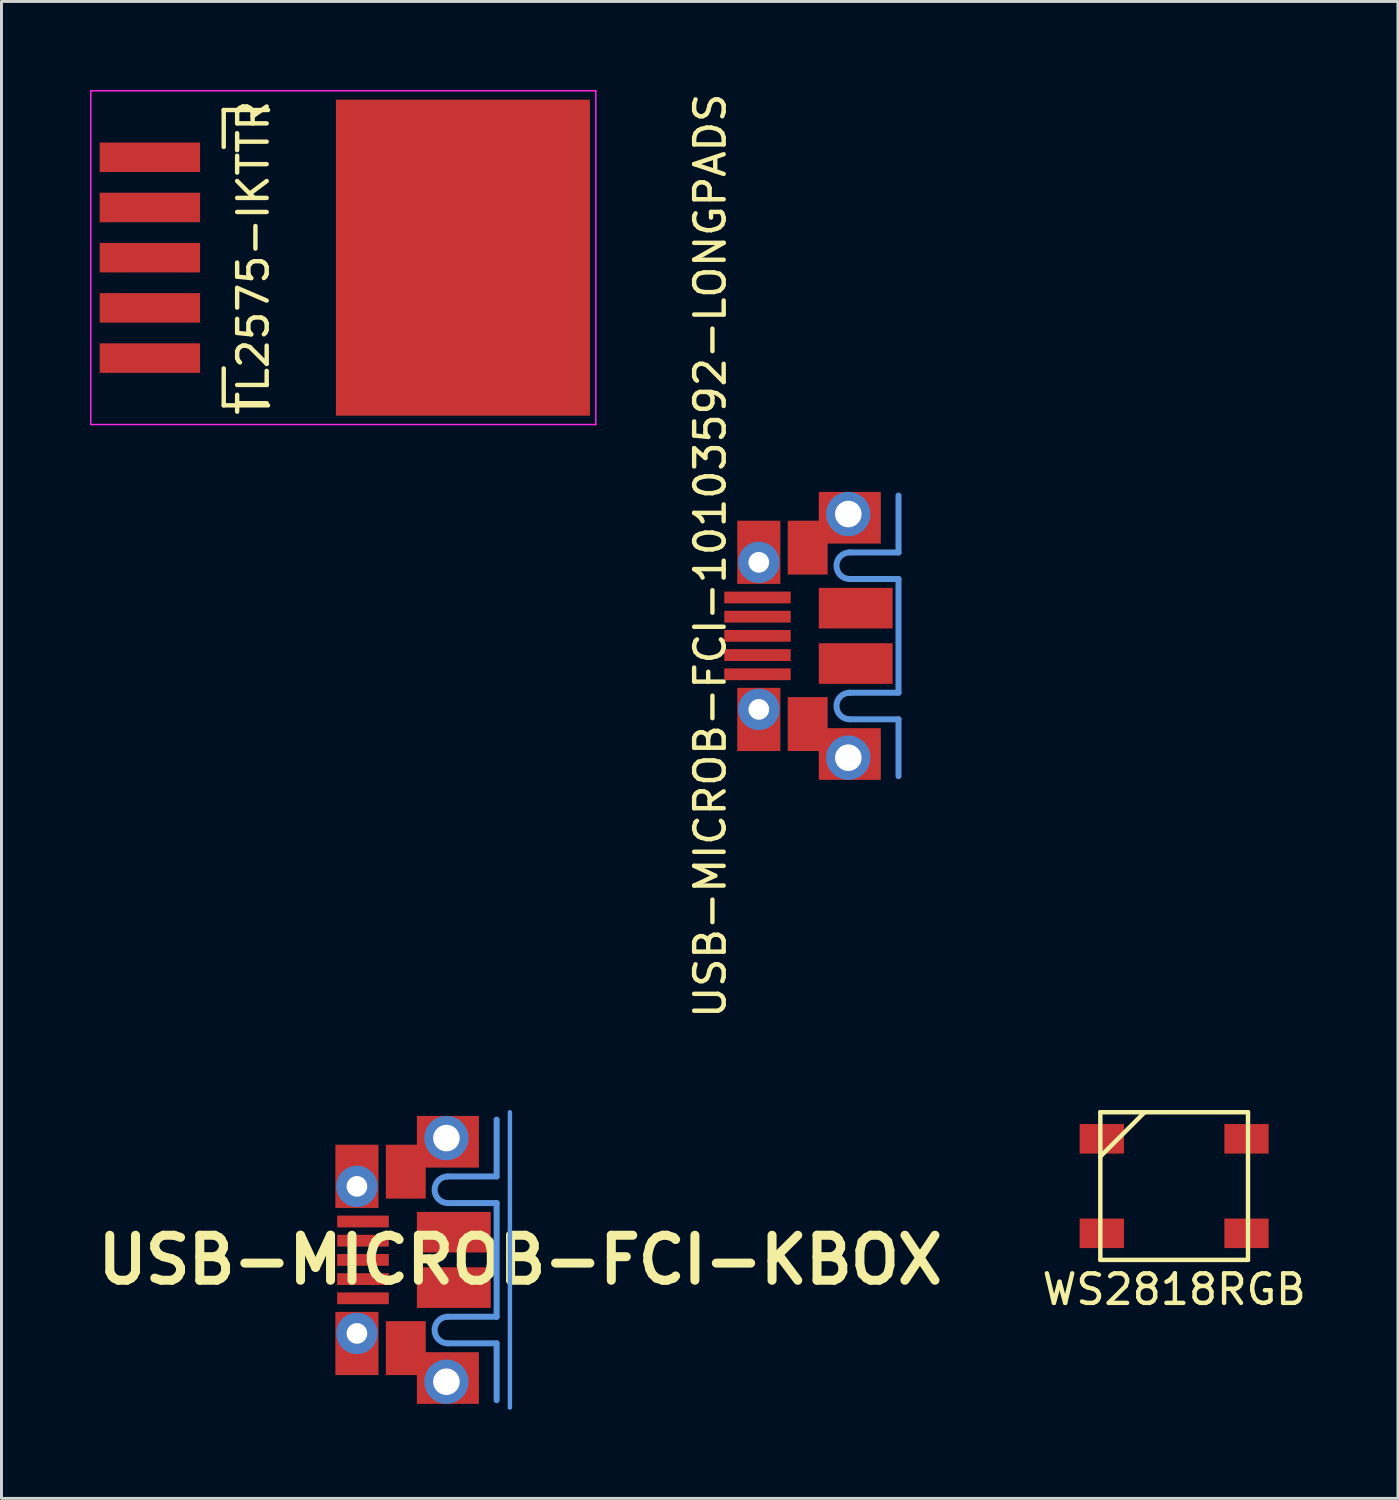
<source format=kicad_pcb>
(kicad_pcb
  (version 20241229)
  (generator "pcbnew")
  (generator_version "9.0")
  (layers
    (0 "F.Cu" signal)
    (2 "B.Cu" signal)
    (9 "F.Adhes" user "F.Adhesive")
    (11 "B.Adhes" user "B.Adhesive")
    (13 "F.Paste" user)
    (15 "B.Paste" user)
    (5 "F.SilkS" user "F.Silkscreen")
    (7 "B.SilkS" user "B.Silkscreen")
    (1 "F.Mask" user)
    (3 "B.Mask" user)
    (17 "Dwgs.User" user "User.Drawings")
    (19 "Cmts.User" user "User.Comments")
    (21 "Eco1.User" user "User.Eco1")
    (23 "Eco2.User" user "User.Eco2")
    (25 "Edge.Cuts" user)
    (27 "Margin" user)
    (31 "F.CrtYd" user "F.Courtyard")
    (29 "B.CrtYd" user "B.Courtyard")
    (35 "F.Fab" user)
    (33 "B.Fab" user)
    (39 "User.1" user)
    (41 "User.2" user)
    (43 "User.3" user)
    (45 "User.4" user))
  (footprint "TL2575-IKTTR"
    (layer "F.Cu")
    (at 8.575 5.675)
    (property "Reference" "TL2575-IKTTR" (at -3.05 0 90) (layer "F.SilkS") (effects (font (size 1 1) (thickness 0.15))))
    (attr smd)
    (fp_line (start -4.05 -5) (end -4.05 -3.75) (stroke (width 0.15) (type solid)) (layer "F.SilkS"))
    (fp_line (start -4.05 -5) (end -2.55 -5) (stroke (width 0.15) (type solid)) (layer "F.SilkS"))
    (fp_line (start -4.05 5) (end -4.05 3.75) (stroke (width 0.15) (type solid)) (layer "F.SilkS"))
    (fp_line (start -4.05 5) (end -2.55 5) (stroke (width 0.15) (type solid)) (layer "F.SilkS"))
    (fp_line (start -8.55 -5.65) (end -8.55 5.65) (stroke (width 0.05) (type solid)) (layer "F.CrtYd"))
    (fp_line (start 8.55 -5.65) (end -8.55 -5.65) (stroke (width 0.05) (type solid)) (layer "F.CrtYd"))
    (fp_line (start 8.55 -5.65) (end 8.55 5.65) (stroke (width 0.05) (type solid)) (layer "F.CrtYd"))
    (fp_line (start 8.55 5.65) (end -8.55 5.65) (stroke (width 0.05) (type solid)) (layer "F.CrtYd"))
    (pad "1" smd rect (at -6.55 -3.4) (size 3.4 1) (layers "F.Cu" "F.Mask" "F.Paste"))
    (pad "2" smd rect (at -6.55 -1.7) (size 3.4 1) (layers "F.Cu" "F.Mask" "F.Paste"))
    (pad "3" smd rect (at -6.55 0) (size 3.4 1) (layers "F.Cu" "F.Mask" "F.Paste"))
    (pad "3" smd rect (at 4.05 0) (size 8.6 10.7) (layers "F.Cu" "F.Mask" "F.Paste"))
    (pad "4" smd rect (at -6.55 1.7) (size 3.4 1) (layers "F.Cu" "F.Mask" "F.Paste"))
    (pad "5" smd rect (at -6.55 3.4) (size 3.4 1) (layers "F.Cu" "F.Mask" "F.Paste")))
  (footprint "USB-MICROB-FCI-KBOX"
    (layer "F.Cu")
    (at 12.066 39.611)
    (property "Reference" "USB-MICROB-FCI-KBOX" (at 2.499 0 0) (layer "F.SilkS") (effects (font (size 1.524 1.524) (thickness 0.305))))
    (attr through_hole)
    (fp_line (start 1.7 -2.825) (end 0.05 -2.825) (stroke (width 0.203) (type solid)) (layer "Cmts.User"))
    (fp_line (start 1.7 -2.825) (end 1.7 -4.75) (stroke (width 0.203) (type solid)) (layer "Cmts.User"))
    (fp_line (start 1.7 -1.925) (end 0.05 -1.925) (stroke (width 0.203) (type solid)) (layer "Cmts.User"))
    (fp_line (start 1.7 1.925) (end 0.05 1.925) (stroke (width 0.203) (type solid)) (layer "Cmts.User"))
    (fp_line (start 1.7 1.925) (end 1.7 -1.925) (stroke (width 0.203) (type solid)) (layer "Cmts.User"))
    (fp_line (start 1.7 2.825) (end 0.05 2.825) (stroke (width 0.203) (type solid)) (layer "Cmts.User"))
    (fp_line (start 1.7 2.825) (end 1.7 4.75) (stroke (width 0.203) (type solid)) (layer "Cmts.User"))
    (fp_line (start 2.15 -5) (end 2.15 5) (stroke (width 0.15) (type solid)) (layer "Cmts.User"))
    (fp_arc (start 0.05 -1.925) (mid -0.4 -2.375) (end 0.05 -2.825) (stroke (width 0.2032) (type solid)) (layer "Cmts.User"))
    (fp_arc (start 0.05 2.825) (mid -0.4 2.375) (end 0.05 1.925) (stroke (width 0.2032) (type solid)) (layer "Cmts.User"))
    (pad "0" smd rect (at -3.03 -2.83 180) (size 1.46 2.14) (layers "F.Cu" "F.Mask" "F.Paste"))
    (pad "0" thru_hole circle (at -3.03 -2.49 180) (size 1.4 1.4) (drill 0.7) (layers "*.Cu" "*.Mask"))
    (pad "0" thru_hole circle (at -3.03 2.49 180) (size 1.4 1.4) (drill 0.7) (layers "*.Cu" "*.Mask"))
    (pad "0" smd rect (at -3.03 2.83 180) (size 1.46 2.14) (layers "F.Cu" "F.Mask" "F.Paste"))
    (pad "0" smd rect (at -1.375 -2.987 180) (size 1.35 1.825) (layers "F.Cu" "F.Mask"))
    (pad "0" smd rect (at -1.375 2.987 180) (size 1.35 1.825) (layers "F.Cu" "F.Mask"))
    (pad "0" thru_hole circle (at 0 -4.125 180) (size 1.5 1.5) (drill 0.9) (layers "*.Cu" "*.Mask"))
    (pad "0" thru_hole circle (at 0 4.125 180) (size 1.5 1.5) (drill 0.9) (layers "*.Cu" "*.Mask"))
    (pad "0" smd rect (at 0.05 -4 180) (size 2.1 1.75) (layers "F.Cu" "F.Mask" "F.Paste"))
    (pad "0" smd rect (at 0.05 4 180) (size 2.1 1.75) (layers "F.Cu" "F.Mask" "F.Paste"))
    (pad "0" smd rect (at 0.25 -0.938 180) (size 2.5 1.375) (layers "F.Cu" "F.Mask" "F.Paste"))
    (pad "0" smd rect (at 0.25 0.938 180) (size 2.5 1.375) (layers "F.Cu" "F.Mask" "F.Paste"))
    (pad "1" smd rect (at -2.825 -1.3 180) (size 1.75 0.4) (layers "F.Cu" "F.Mask" "F.Paste"))
    (pad "2" smd rect (at -2.825 -0.65 180) (size 1.75 0.4) (layers "F.Cu" "F.Mask" "F.Paste"))
    (pad "3" smd rect (at -2.825 0 180) (size 1.75 0.4) (layers "F.Cu" "F.Mask" "F.Paste"))
    (pad "4" smd rect (at -2.825 0.65 180) (size 1.75 0.4) (layers "F.Cu" "F.Mask" "F.Paste"))
    (pad "5" smd rect (at -2.825 1.3 180) (size 1.75 0.4) (layers "F.Cu" "F.Mask" "F.Paste")))
  (footprint "WS2818RGB"
    (layer "F.Cu")
    (at 36.708 37.111)
    (property "Reference" "WS2818RGB" (at 0 3.5 0) (layer "F.SilkS") (effects (font (size 1 1) (thickness 0.15))))
    (attr through_hole)
    (fp_line (start -2.5 -2.5) (end 2.5 -2.5) (stroke (width 0.15) (type solid)) (layer "F.SilkS"))
    (fp_line (start -2.5 -1) (end -1 -2.5) (stroke (width 0.15) (type solid)) (layer "F.SilkS"))
    (fp_line (start -2.5 2.5) (end -2.5 -2.5) (stroke (width 0.15) (type solid)) (layer "F.SilkS"))
    (fp_line (start 2.5 -2.5) (end 2.5 2.5) (stroke (width 0.15) (type solid)) (layer "F.SilkS"))
    (fp_line (start 2.5 2.5) (end -2.5 2.5) (stroke (width 0.15) (type solid)) (layer "F.SilkS"))
    (pad "1" smd rect (at 2.45 1.6 180) (size 1.5 1) (layers "F.Cu" "F.Mask" "F.Paste"))
    (pad "2" smd rect (at 2.45 -1.6 180) (size 1.5 1) (layers "F.Cu" "F.Mask" "F.Paste"))
    (pad "3" smd rect (at -2.45 -1.6 180) (size 1.5 1) (layers "F.Cu" "F.Mask" "F.Paste"))
    (pad "4" smd rect (at -2.45 1.6 180) (size 1.5 1) (layers "F.Cu" "F.Mask" "F.Paste")))
  (footprint "USB-MICROB-FCI-10103592-LONGPADS"
    (layer "F.Cu")
    (at 24.559 18.481)
    (property "Reference" "USB-MICROB-FCI-10103592-LONGPADS" (at -3.56 -2.713 270) (layer "F.SilkS") (effects (font (size 1 1) (thickness 0.15))))
    (attr smd)
    (fp_line (start 2.815 -2.825) (end 1.165 -2.825) (stroke (width 0.203) (type solid)) (layer "Cmts.User"))
    (fp_line (start 2.815 -2.825) (end 2.815 -4.75) (stroke (width 0.203) (type solid)) (layer "Cmts.User"))
    (fp_line (start 2.815 -1.925) (end 1.165 -1.925) (stroke (width 0.203) (type solid)) (layer "Cmts.User"))
    (fp_line (start 2.815 1.925) (end 1.165 1.925) (stroke (width 0.203) (type solid)) (layer "Cmts.User"))
    (fp_line (start 2.815 1.925) (end 2.815 -1.925) (stroke (width 0.203) (type solid)) (layer "Cmts.User"))
    (fp_line (start 2.815 2.825) (end 1.165 2.825) (stroke (width 0.203) (type solid)) (layer "Cmts.User"))
    (fp_line (start 2.815 2.825) (end 2.815 4.75) (stroke (width 0.203) (type solid)) (layer "Cmts.User"))
    (fp_arc (start 1.16461 -1.925196) (mid 0.71461 -2.375196) (end 1.16461 -2.825196) (stroke (width 0.2032) (type solid)) (layer "Cmts.User"))
    (fp_arc (start 1.16461 2.824804) (mid 0.71461 2.374804) (end 1.16461 1.924804) (stroke (width 0.2032) (type solid)) (layer "Cmts.User"))
    (pad "0" smd rect (at -1.915 -2.83 180) (size 1.46 2.14) (layers "F.Cu" "F.Mask" "F.Paste"))
    (pad "0" thru_hole circle (at -1.915 -2.49 180) (size 1.4 1.4) (drill 0.7) (layers "*.Cu" "*.Mask"))
    (pad "0" thru_hole circle (at -1.915 2.49 180) (size 1.4 1.4) (drill 0.7) (layers "*.Cu" "*.Mask"))
    (pad "0" smd rect (at -1.915 2.83 180) (size 1.46 2.14) (layers "F.Cu" "F.Mask" "F.Paste"))
    (pad "0" smd rect (at -0.26 -2.988 180) (size 1.35 1.825) (layers "F.Cu" "F.Mask"))
    (pad "0" smd rect (at -0.26 2.987 180) (size 1.35 1.825) (layers "F.Cu" "F.Mask"))
    (pad "0" thru_hole circle (at 1.115 -4.125 180) (size 1.5 1.5) (drill 0.9) (layers "*.Cu" "*.Mask"))
    (pad "0" thru_hole circle (at 1.115 4.125 180) (size 1.5 1.5) (drill 0.9) (layers "*.Cu" "*.Mask"))
    (pad "0" smd rect (at 1.165 -4 180) (size 2.1 1.75) (layers "F.Cu" "F.Mask" "F.Paste"))
    (pad "0" smd rect (at 1.165 4 180) (size 2.1 1.75) (layers "F.Cu" "F.Mask" "F.Paste"))
    (pad "0" smd rect (at 1.365 -0.938 180) (size 2.5 1.375) (layers "F.Cu" "F.Mask" "F.Paste"))
    (pad "0" smd rect (at 1.365 0.937 180) (size 2.5 1.375) (layers "F.Cu" "F.Mask" "F.Paste"))
    (pad "1" smd rect (at -1.96 -1.3 180) (size 2.25 0.4) (layers "F.Cu" "F.Mask" "F.Paste"))
    (pad "2" smd rect (at -1.96 -0.65 180) (size 2.25 0.4) (layers "F.Cu" "F.Mask" "F.Paste"))
    (pad "3" smd rect (at -1.96 -0.000196 180) (size 2.25 0.4) (layers "F.Cu" "F.Mask" "F.Paste"))
    (pad "4" smd rect (at -1.96 0.65 180) (size 2.25 0.4) (layers "F.Cu" "F.Mask" "F.Paste"))
    (pad "5" smd rect (at -1.96 1.3 180) (size 2.25 0.4) (layers "F.Cu" "F.Mask" "F.Paste")))
  (gr_rect
    (start -3 -3)
    (end 44.285 47.686)
    (stroke (width 0.1) (type default))
    (fill no)
    (layer "Edge.Cuts")))
</source>
